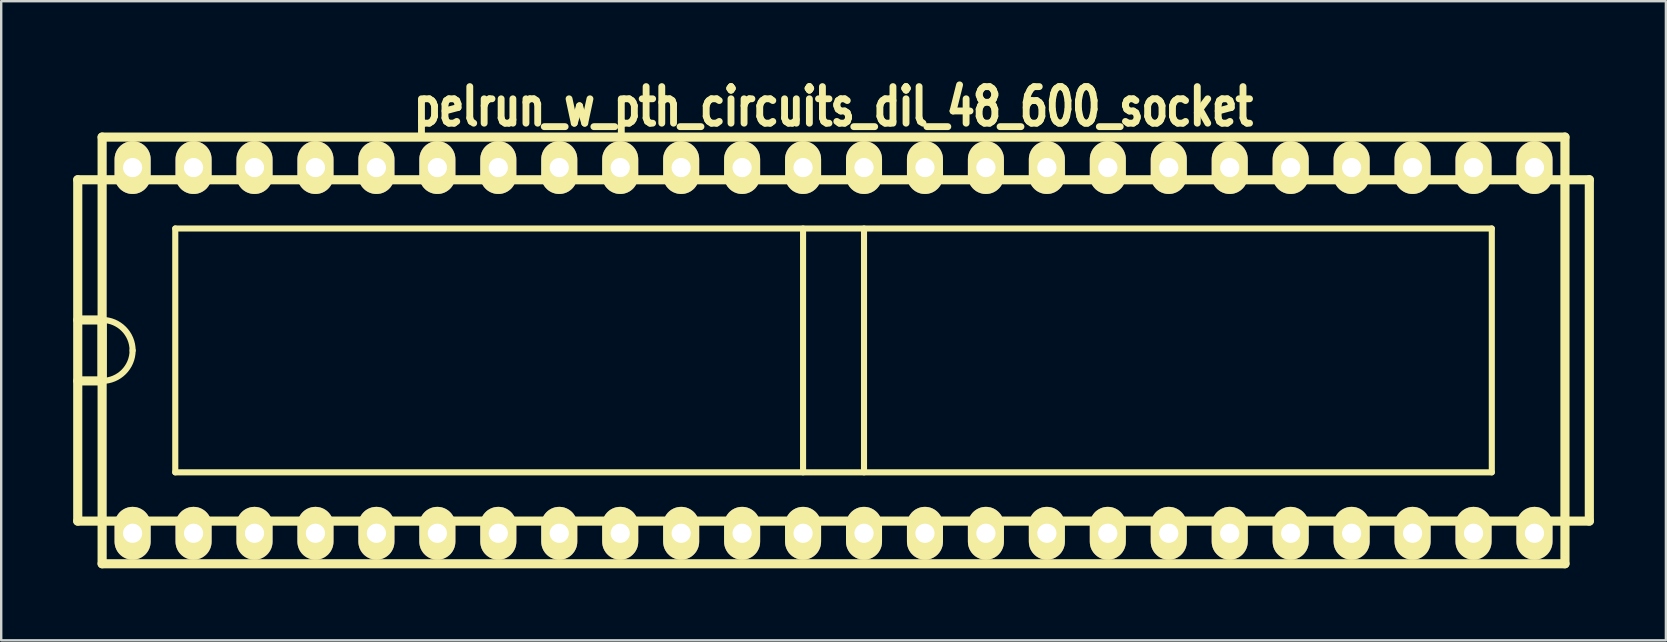
<source format=kicad_pcb>
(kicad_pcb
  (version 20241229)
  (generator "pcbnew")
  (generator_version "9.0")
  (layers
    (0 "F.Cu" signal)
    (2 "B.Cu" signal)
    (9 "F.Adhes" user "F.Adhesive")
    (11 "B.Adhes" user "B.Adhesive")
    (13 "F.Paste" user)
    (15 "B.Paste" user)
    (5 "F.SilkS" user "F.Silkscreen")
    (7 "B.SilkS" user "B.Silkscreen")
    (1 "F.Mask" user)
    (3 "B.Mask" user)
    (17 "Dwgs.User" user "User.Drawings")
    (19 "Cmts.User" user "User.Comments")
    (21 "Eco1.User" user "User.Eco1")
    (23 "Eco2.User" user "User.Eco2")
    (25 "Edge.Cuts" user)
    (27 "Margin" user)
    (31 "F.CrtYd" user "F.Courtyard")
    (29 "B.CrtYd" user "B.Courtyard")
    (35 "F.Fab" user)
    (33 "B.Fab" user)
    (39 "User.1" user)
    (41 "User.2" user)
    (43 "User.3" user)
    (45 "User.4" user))
  (footprint "pelrun_w_pth_circuits_dil_48_600_socket"
    (layer "F.Cu")
    (at 31.686 11.553)
    (property "Reference" "pelrun_w_pth_circuits_dil_48_600_socket" (at 0 -10.16 0) (layer "F.SilkS") (effects (font (size 1.524 1.143) (thickness 0.287))))
    (attr through_hole)
    (fp_line (start -31.496 -7.112) (end -31.496 7.112) (stroke (width 0.381) (type solid)) (layer "F.SilkS"))
    (fp_line (start -30.48 -8.89) (end 30.48 -8.89) (stroke (width 0.381) (type solid)) (layer "F.SilkS"))
    (fp_line (start -30.48 -1.27) (end -31.496 -1.27) (stroke (width 0.381) (type solid)) (layer "F.SilkS"))
    (fp_line (start -30.48 -1.27) (end -30.48 1.27) (stroke (width 0.381) (type solid)) (layer "F.SilkS"))
    (fp_line (start -30.48 1.27) (end -31.496 1.27) (stroke (width 0.381) (type solid)) (layer "F.SilkS"))
    (fp_line (start -30.48 8.89) (end -30.48 -8.89) (stroke (width 0.381) (type solid)) (layer "F.SilkS"))
    (fp_line (start -30.48 8.89) (end 30.48 8.89) (stroke (width 0.381) (type solid)) (layer "F.SilkS"))
    (fp_line (start -27.432 -5.08) (end -27.432 5.08) (stroke (width 0.254) (type solid)) (layer "F.SilkS"))
    (fp_line (start -27.432 5.08) (end 27.432 5.08) (stroke (width 0.254) (type solid)) (layer "F.SilkS"))
    (fp_line (start -1.27 -5.08) (end -1.27 5.08) (stroke (width 0.254) (type solid)) (layer "F.SilkS"))
    (fp_line (start 1.27 5.08) (end 1.27 -5.08) (stroke (width 0.254) (type solid)) (layer "F.SilkS"))
    (fp_line (start 27.432 -5.08) (end -27.432 -5.08) (stroke (width 0.254) (type solid)) (layer "F.SilkS"))
    (fp_line (start 27.432 -5.08) (end 27.432 5.08) (stroke (width 0.254) (type solid)) (layer "F.SilkS"))
    (fp_line (start 30.48 -8.89) (end 30.48 8.89) (stroke (width 0.381) (type solid)) (layer "F.SilkS"))
    (fp_line (start 31.496 -7.112) (end -31.496 -7.112) (stroke (width 0.381) (type solid)) (layer "F.SilkS"))
    (fp_line (start 31.496 7.112) (end -31.496 7.112) (stroke (width 0.381) (type solid)) (layer "F.SilkS"))
    (fp_line (start 31.496 7.112) (end 31.496 -7.112) (stroke (width 0.381) (type solid)) (layer "F.SilkS"))
    (fp_arc (start -30.48 -1.27) (mid -29.581974 -0.898026) (end -29.21 0) (stroke (width 0.254) (type solid)) (layer "F.SilkS"))
    (fp_arc (start -29.21 0) (mid -29.581974 0.898026) (end -30.48 1.27) (stroke (width 0.254) (type solid)) (layer "F.SilkS"))
    (pad "1" thru_hole oval (at -29.21 7.62) (size 1.501 2.2) (drill 0.8) (layers "*.Cu" "*.Mask" "F.SilkS"))
    (pad "2" thru_hole oval (at -26.67 7.62) (size 1.501 2.2) (drill 0.8) (layers "*.Cu" "*.Mask" "F.SilkS"))
    (pad "3" thru_hole oval (at -24.13 7.62) (size 1.501 2.2) (drill 0.8) (layers "*.Cu" "*.Mask" "F.SilkS"))
    (pad "4" thru_hole oval (at -21.59 7.62) (size 1.501 2.2) (drill 0.8) (layers "*.Cu" "*.Mask" "F.SilkS"))
    (pad "5" thru_hole oval (at -19.05 7.62) (size 1.501 2.2) (drill 0.8) (layers "*.Cu" "*.Mask" "F.SilkS"))
    (pad "6" thru_hole oval (at -16.51 7.62) (size 1.501 2.2) (drill 0.8) (layers "*.Cu" "*.Mask" "F.SilkS"))
    (pad "7" thru_hole oval (at -13.97 7.62) (size 1.501 2.2) (drill 0.8) (layers "*.Cu" "*.Mask" "F.SilkS"))
    (pad "8" thru_hole oval (at -11.43 7.62) (size 1.501 2.2) (drill 0.8) (layers "*.Cu" "*.Mask" "F.SilkS"))
    (pad "9" thru_hole oval (at -8.89 7.62) (size 1.501 2.2) (drill 0.8) (layers "*.Cu" "*.Mask" "F.SilkS"))
    (pad "10" thru_hole oval (at -6.35 7.62) (size 1.501 2.2) (drill 0.8) (layers "*.Cu" "*.Mask" "F.SilkS"))
    (pad "11" thru_hole oval (at -3.81 7.62) (size 1.501 2.2) (drill 0.8) (layers "*.Cu" "*.Mask" "F.SilkS"))
    (pad "12" thru_hole oval (at -1.27 7.62) (size 1.501 2.2) (drill 0.8) (layers "*.Cu" "*.Mask" "F.SilkS"))
    (pad "13" thru_hole oval (at 1.27 7.62) (size 1.501 2.2) (drill 0.8) (layers "*.Cu" "*.Mask" "F.SilkS"))
    (pad "14" thru_hole oval (at 3.81 7.62) (size 1.501 2.2) (drill 0.8) (layers "*.Cu" "*.Mask" "F.SilkS"))
    (pad "15" thru_hole oval (at 6.35 7.62) (size 1.501 2.2) (drill 0.8) (layers "*.Cu" "*.Mask" "F.SilkS"))
    (pad "16" thru_hole oval (at 8.89 7.62) (size 1.501 2.2) (drill 0.8) (layers "*.Cu" "*.Mask" "F.SilkS"))
    (pad "17" thru_hole oval (at 11.43 7.62) (size 1.501 2.2) (drill 0.8) (layers "*.Cu" "*.Mask" "F.SilkS"))
    (pad "18" thru_hole oval (at 13.97 7.62) (size 1.501 2.2) (drill 0.8) (layers "*.Cu" "*.Mask" "F.SilkS"))
    (pad "19" thru_hole oval (at 16.51 7.62) (size 1.501 2.2) (drill 0.8) (layers "*.Cu" "*.Mask" "F.SilkS"))
    (pad "20" thru_hole oval (at 19.05 7.62) (size 1.501 2.2) (drill 0.8) (layers "*.Cu" "*.Mask" "F.SilkS"))
    (pad "21" thru_hole oval (at 21.59 7.62) (size 1.501 2.2) (drill 0.8) (layers "*.Cu" "*.Mask" "F.SilkS"))
    (pad "22" thru_hole oval (at 24.13 7.62) (size 1.501 2.2) (drill 0.8) (layers "*.Cu" "*.Mask" "F.SilkS"))
    (pad "23" thru_hole oval (at 26.67 7.62) (size 1.501 2.2) (drill 0.8) (layers "*.Cu" "*.Mask" "F.SilkS"))
    (pad "24" thru_hole oval (at 29.21 7.62) (size 1.501 2.2) (drill 0.8) (layers "*.Cu" "*.Mask" "F.SilkS"))
    (pad "25" thru_hole oval (at 29.21 -7.62) (size 1.501 2.2) (drill 0.8) (layers "*.Cu" "*.Mask" "F.SilkS"))
    (pad "26" thru_hole oval (at 26.67 -7.62) (size 1.501 2.2) (drill 0.8) (layers "*.Cu" "*.Mask" "F.SilkS"))
    (pad "27" thru_hole oval (at 24.13 -7.62) (size 1.501 2.2) (drill 0.8) (layers "*.Cu" "*.Mask" "F.SilkS"))
    (pad "28" thru_hole oval (at 21.59 -7.62) (size 1.501 2.2) (drill 0.8) (layers "*.Cu" "*.Mask" "F.SilkS"))
    (pad "29" thru_hole oval (at 19.05 -7.62) (size 1.501 2.2) (drill 0.8) (layers "*.Cu" "*.Mask" "F.SilkS"))
    (pad "30" thru_hole oval (at 16.51 -7.62) (size 1.501 2.2) (drill 0.8) (layers "*.Cu" "*.Mask" "F.SilkS"))
    (pad "31" thru_hole oval (at 13.97 -7.62) (size 1.501 2.2) (drill 0.8) (layers "*.Cu" "*.Mask" "F.SilkS"))
    (pad "32" thru_hole oval (at 11.43 -7.62) (size 1.501 2.2) (drill 0.8) (layers "*.Cu" "*.Mask" "F.SilkS"))
    (pad "33" thru_hole oval (at 8.89 -7.62) (size 1.501 2.2) (drill 0.8) (layers "*.Cu" "*.Mask" "F.SilkS"))
    (pad "34" thru_hole oval (at 6.35 -7.62) (size 1.501 2.2) (drill 0.8) (layers "*.Cu" "*.Mask" "F.SilkS"))
    (pad "35" thru_hole oval (at 3.81 -7.62) (size 1.501 2.2) (drill 0.8) (layers "*.Cu" "*.Mask" "F.SilkS"))
    (pad "36" thru_hole oval (at 1.27 -7.62) (size 1.501 2.2) (drill 0.8) (layers "*.Cu" "*.Mask" "F.SilkS"))
    (pad "37" thru_hole oval (at -1.27 -7.62) (size 1.501 2.2) (drill 0.8) (layers "*.Cu" "*.Mask" "F.SilkS"))
    (pad "38" thru_hole oval (at -3.81 -7.62) (size 1.501 2.2) (drill 0.8) (layers "*.Cu" "*.Mask" "F.SilkS"))
    (pad "39" thru_hole oval (at -6.35 -7.62) (size 1.501 2.2) (drill 0.8) (layers "*.Cu" "*.Mask" "F.SilkS"))
    (pad "40" thru_hole oval (at -8.89 -7.62) (size 1.501 2.2) (drill 0.8) (layers "*.Cu" "*.Mask" "F.SilkS"))
    (pad "41" thru_hole oval (at -11.43 -7.62) (size 1.501 2.2) (drill 0.8) (layers "*.Cu" "*.Mask" "F.SilkS"))
    (pad "42" thru_hole oval (at -13.97 -7.62) (size 1.501 2.2) (drill 0.8) (layers "*.Cu" "*.Mask" "F.SilkS"))
    (pad "43" thru_hole oval (at -16.51 -7.62) (size 1.501 2.2) (drill 0.8) (layers "*.Cu" "*.Mask" "F.SilkS"))
    (pad "44" thru_hole oval (at -19.05 -7.62) (size 1.501 2.2) (drill 0.8) (layers "*.Cu" "*.Mask" "F.SilkS"))
    (pad "45" thru_hole oval (at -21.59 -7.62) (size 1.501 2.2) (drill 0.8) (layers "*.Cu" "*.Mask" "F.SilkS"))
    (pad "46" thru_hole oval (at -24.13 -7.62) (size 1.501 2.2) (drill 0.8) (layers "*.Cu" "*.Mask" "F.SilkS"))
    (pad "47" thru_hole oval (at -26.67 -7.62) (size 1.501 2.2) (drill 0.8) (layers "*.Cu" "*.Mask" "F.SilkS"))
    (pad "48" thru_hole oval (at -29.21 -7.62) (size 1.501 2.2) (drill 0.8) (layers "*.Cu" "*.Mask" "F.SilkS")))
  (gr_rect
    (start -3 -3)
    (end 66.373 23.634)
    (stroke (width 0.1) (type default))
    (fill no)
    (layer "Edge.Cuts")))
</source>
